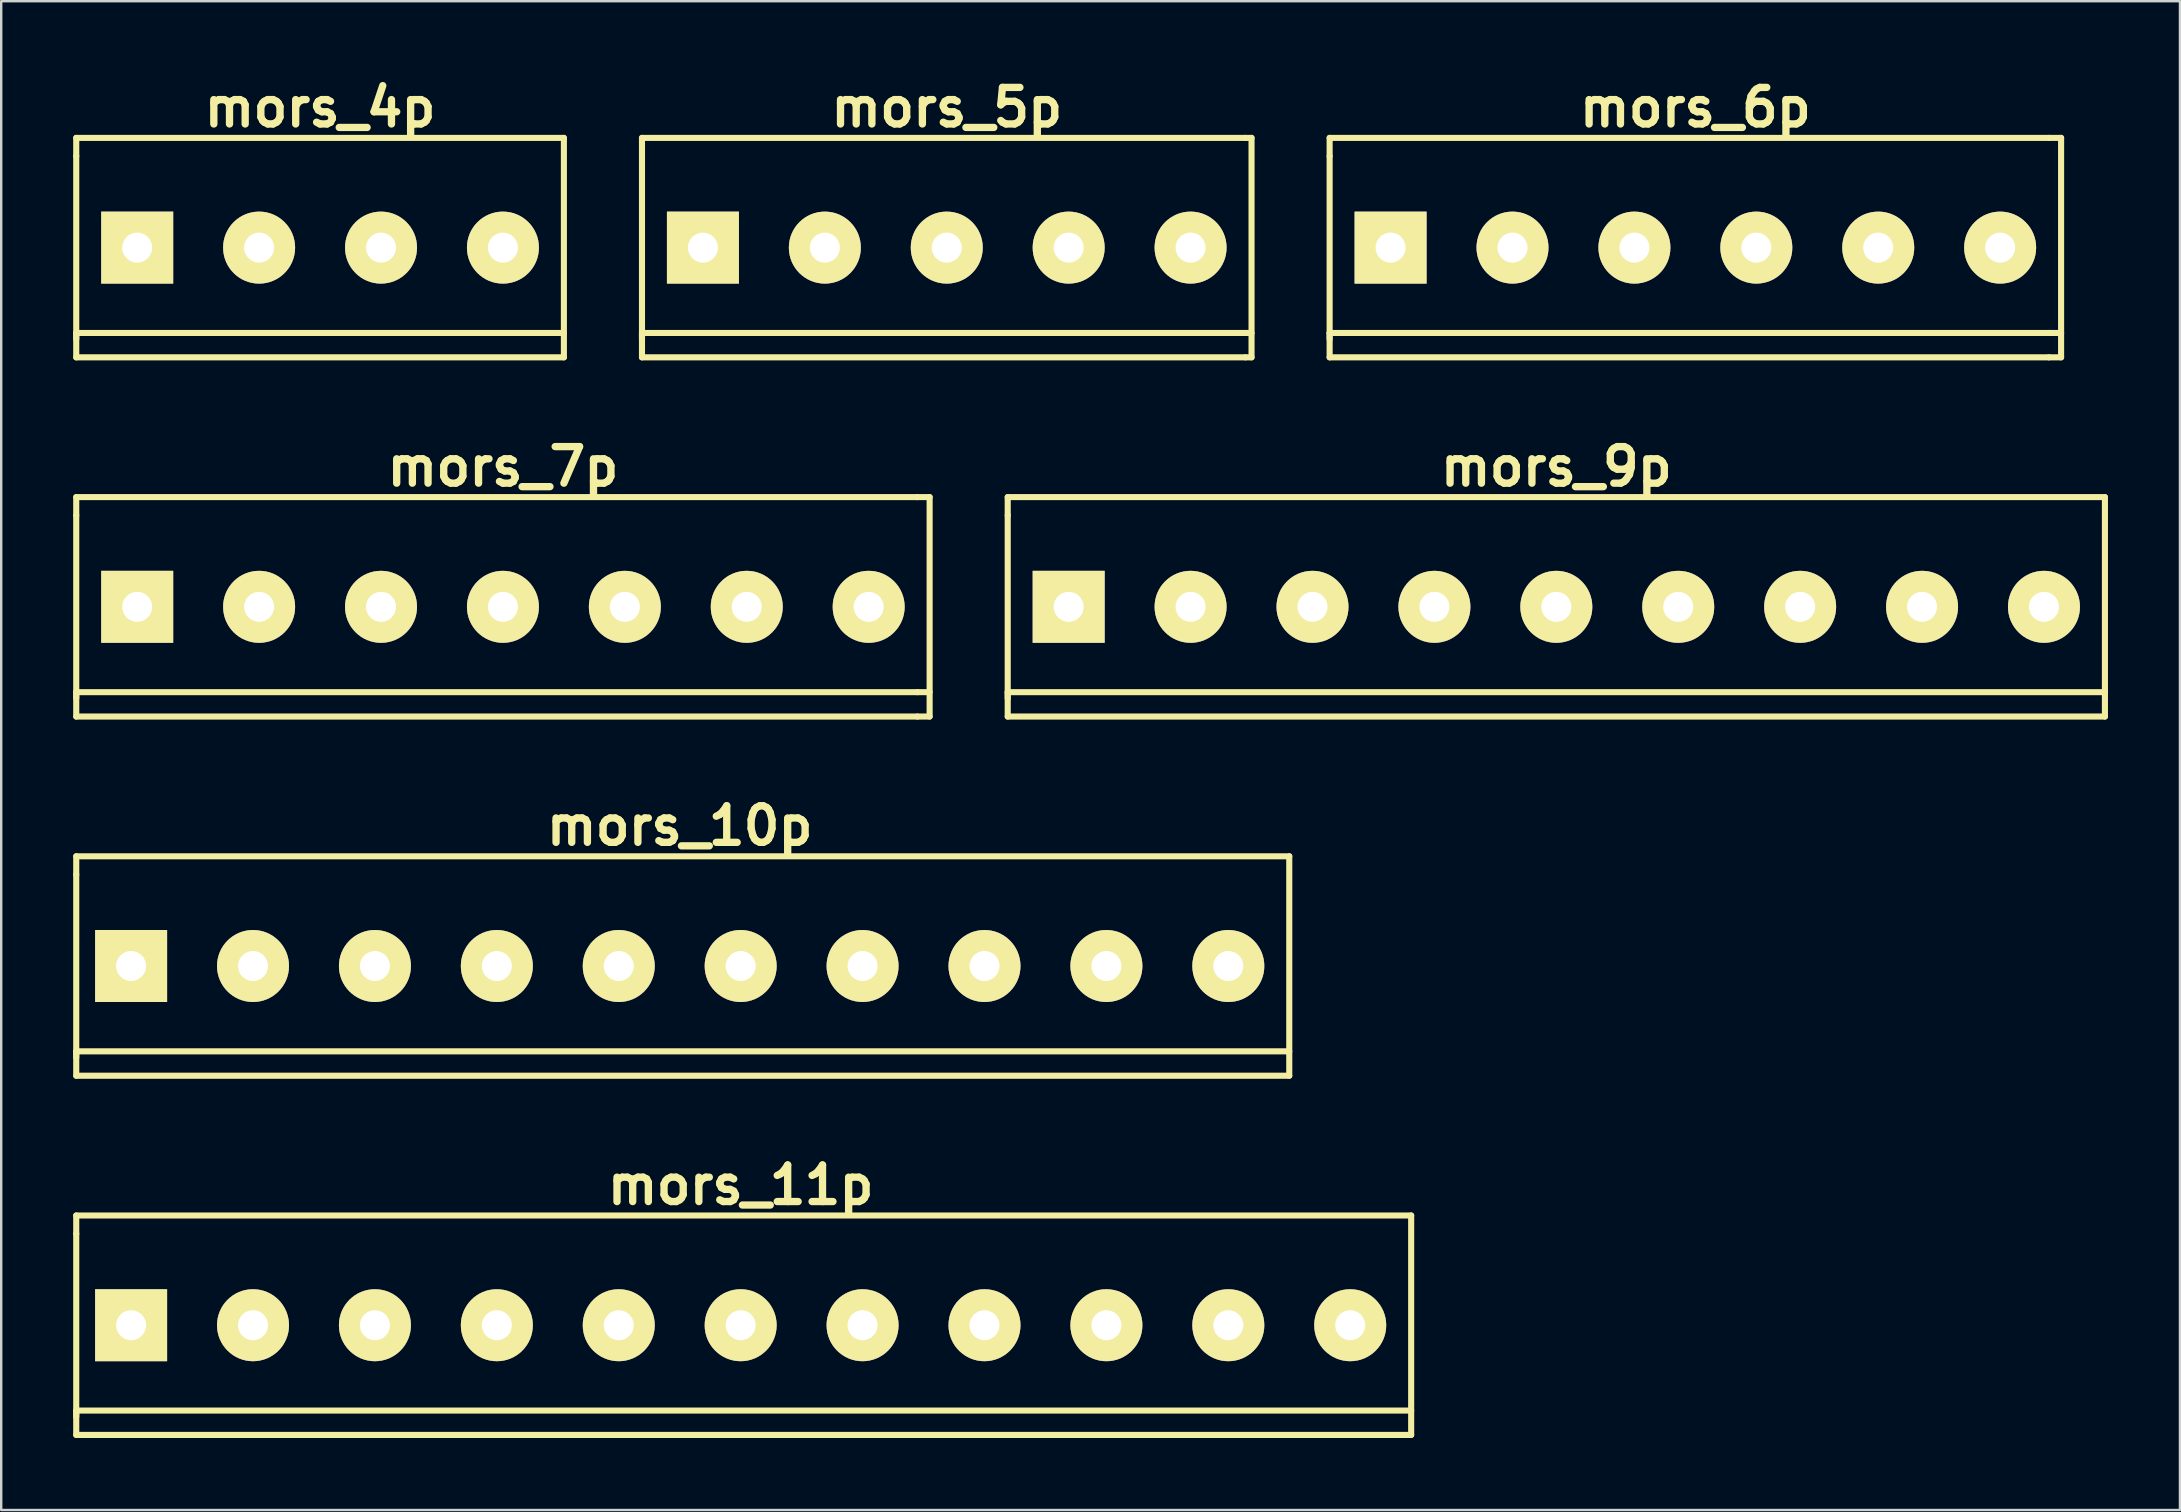
<source format=kicad_pcb>
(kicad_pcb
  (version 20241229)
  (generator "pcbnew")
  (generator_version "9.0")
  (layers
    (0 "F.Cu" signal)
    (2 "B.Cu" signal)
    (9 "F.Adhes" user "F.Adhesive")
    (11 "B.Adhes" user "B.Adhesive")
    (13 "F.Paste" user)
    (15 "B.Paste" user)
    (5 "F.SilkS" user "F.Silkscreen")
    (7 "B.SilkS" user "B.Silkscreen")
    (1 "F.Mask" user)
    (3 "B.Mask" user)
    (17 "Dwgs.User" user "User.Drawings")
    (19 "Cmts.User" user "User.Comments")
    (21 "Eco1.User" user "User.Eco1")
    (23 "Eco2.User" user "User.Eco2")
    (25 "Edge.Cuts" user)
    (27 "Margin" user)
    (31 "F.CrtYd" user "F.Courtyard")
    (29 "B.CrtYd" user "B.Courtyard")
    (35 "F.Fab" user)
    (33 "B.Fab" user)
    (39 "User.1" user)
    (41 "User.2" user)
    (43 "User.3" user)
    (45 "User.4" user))
  (footprint "mors_10p"
    (layer "F.Cu")
    (at 25.273 37.203)
    (property "Reference" "mors_10p" (at 0 -5.842 0) (layer "F.SilkS") (effects (font (size 1.524 1.524) (thickness 0.305))))
    (attr through_hole)
    (fp_line (start -25.146 -4.572) (end -25.146 -3.81) (stroke (width 0.254) (type solid)) (layer "F.SilkS"))
    (fp_line (start -25.146 -4.572) (end 25.4 -4.572) (stroke (width 0.254) (type solid)) (layer "F.SilkS"))
    (fp_line (start -25.146 3.81) (end -25.146 -3.81) (stroke (width 0.254) (type solid)) (layer "F.SilkS"))
    (fp_line (start -25.146 4.572) (end -25.146 3.556) (stroke (width 0.254) (type solid)) (layer "F.SilkS"))
    (fp_line (start -25.146 4.572) (end 25.4 4.572) (stroke (width 0.254) (type solid)) (layer "F.SilkS"))
    (fp_line (start 25.4 -4.572) (end 25.4 4.572) (stroke (width 0.254) (type solid)) (layer "F.SilkS"))
    (fp_line (start 25.4 3.556) (end -25.146 3.556) (stroke (width 0.254) (type solid)) (layer "F.SilkS"))
    (pad "1" thru_hole rect (at -22.86 0) (size 3 3) (drill 1.25) (layers "*.Cu" "*.Mask" "F.SilkS"))
    (pad "2" thru_hole circle (at -17.78 0) (size 3 3) (drill 1.25) (layers "*.Cu" "*.Mask" "F.SilkS"))
    (pad "3" thru_hole circle (at -12.7 0) (size 3 3) (drill 1.25) (layers "*.Cu" "*.Mask" "F.SilkS"))
    (pad "4" thru_hole circle (at -7.62 0) (size 3 3) (drill 1.25) (layers "*.Cu" "*.Mask" "F.SilkS"))
    (pad "5" thru_hole circle (at -2.54 0) (size 3 3) (drill 1.25) (layers "*.Cu" "*.Mask" "F.SilkS"))
    (pad "6" thru_hole circle (at 2.54 0) (size 3 3) (drill 1.25) (layers "*.Cu" "*.Mask" "F.SilkS"))
    (pad "7" thru_hole circle (at 7.62 0) (size 3 3) (drill 1.25) (layers "*.Cu" "*.Mask" "F.SilkS"))
    (pad "8" thru_hole circle (at 12.7 0) (size 3 3) (drill 1.25) (layers "*.Cu" "*.Mask" "F.SilkS"))
    (pad "9" thru_hole circle (at 17.78 0) (size 3 3) (drill 1.25) (layers "*.Cu" "*.Mask" "F.SilkS"))
    (pad "10" thru_hole circle (at 22.86 0) (size 3 3) (drill 1.25) (layers "*.Cu" "*.Mask" "F.SilkS")))
  (footprint "mors_7p"
    (layer "F.Cu")
    (at 17.907 22.236)
    (property "Reference" "mors_7p" (at 0 -5.842 0) (layer "F.SilkS") (effects (font (size 1.524 1.524) (thickness 0.305))))
    (attr through_hole)
    (fp_line (start -17.78 -4.572) (end -17.78 -3.81) (stroke (width 0.254) (type solid)) (layer "F.SilkS"))
    (fp_line (start -17.78 -4.572) (end 17.272 -4.572) (stroke (width 0.254) (type solid)) (layer "F.SilkS"))
    (fp_line (start -17.78 3.81) (end -17.78 -3.81) (stroke (width 0.254) (type solid)) (layer "F.SilkS"))
    (fp_line (start -17.78 4.572) (end -17.78 3.556) (stroke (width 0.254) (type solid)) (layer "F.SilkS"))
    (fp_line (start 17.272 -4.572) (end 17.78 -4.572) (stroke (width 0.254) (type solid)) (layer "F.SilkS"))
    (fp_line (start 17.272 3.556) (end -17.78 3.556) (stroke (width 0.254) (type solid)) (layer "F.SilkS"))
    (fp_line (start 17.272 3.556) (end 17.78 3.556) (stroke (width 0.254) (type solid)) (layer "F.SilkS"))
    (fp_line (start 17.272 4.572) (end -17.78 4.572) (stroke (width 0.254) (type solid)) (layer "F.SilkS"))
    (fp_line (start 17.272 4.572) (end 17.78 4.572) (stroke (width 0.254) (type solid)) (layer "F.SilkS"))
    (fp_line (start 17.78 -4.572) (end 17.78 4.572) (stroke (width 0.254) (type solid)) (layer "F.SilkS"))
    (pad "1" thru_hole rect (at -15.24 0) (size 3 3) (drill 1.25) (layers "*.Cu" "*.Mask" "F.SilkS"))
    (pad "2" thru_hole circle (at -10.16 0) (size 3 3) (drill 1.25) (layers "*.Cu" "*.Mask" "F.SilkS"))
    (pad "3" thru_hole circle (at -5.08 0) (size 3 3) (drill 1.25) (layers "*.Cu" "*.Mask" "F.SilkS"))
    (pad "4" thru_hole circle (at 0 0) (size 3 3) (drill 1.25) (layers "*.Cu" "*.Mask" "F.SilkS"))
    (pad "5" thru_hole circle (at 5.08 0) (size 3 3) (drill 1.25) (layers "*.Cu" "*.Mask" "F.SilkS"))
    (pad "6" thru_hole circle (at 10.16 0) (size 3 3) (drill 1.25) (layers "*.Cu" "*.Mask" "F.SilkS"))
    (pad "7" thru_hole circle (at 15.24 0) (size 3 3) (drill 1.25) (layers "*.Cu" "*.Mask" "F.SilkS")))
  (footprint "mors_4p"
    (layer "F.Cu")
    (at 10.287 7.268)
    (property "Reference" "mors_4p" (at 0 -5.842 0) (layer "F.SilkS") (effects (font (size 1.524 1.524) (thickness 0.305))))
    (attr through_hole)
    (fp_line (start -10.16 -4.572) (end -10.16 -3.81) (stroke (width 0.254) (type solid)) (layer "F.SilkS"))
    (fp_line (start -10.16 3.556) (end 10.16 3.556) (stroke (width 0.254) (type solid)) (layer "F.SilkS"))
    (fp_line (start -10.16 3.81) (end -10.16 -3.81) (stroke (width 0.254) (type solid)) (layer "F.SilkS"))
    (fp_line (start -10.16 4.572) (end -10.16 3.556) (stroke (width 0.254) (type solid)) (layer "F.SilkS"))
    (fp_line (start 10.16 -4.572) (end -10.16 -4.572) (stroke (width 0.254) (type solid)) (layer "F.SilkS"))
    (fp_line (start 10.16 -4.572) (end 10.16 4.572) (stroke (width 0.254) (type solid)) (layer "F.SilkS"))
    (fp_line (start 10.16 4.572) (end -10.16 4.572) (stroke (width 0.254) (type solid)) (layer "F.SilkS"))
    (pad "1" thru_hole rect (at -7.62 0) (size 3 3) (drill 1.25) (layers "*.Cu" "*.Mask" "F.SilkS"))
    (pad "2" thru_hole circle (at -2.54 0) (size 3 3) (drill 1.25) (layers "*.Cu" "*.Mask" "F.SilkS"))
    (pad "3" thru_hole circle (at 2.54 0) (size 3 3) (drill 1.25) (layers "*.Cu" "*.Mask" "F.SilkS"))
    (pad "4" thru_hole circle (at 7.62 0) (size 3 3) (drill 1.25) (layers "*.Cu" "*.Mask" "F.SilkS")))
  (footprint "mors_11p"
    (layer "F.Cu")
    (at 27.813 52.171)
    (property "Reference" "mors_11p" (at 0 -5.842 0) (layer "F.SilkS") (effects (font (size 1.524 1.524) (thickness 0.305))))
    (attr through_hole)
    (fp_line (start -27.686 -4.572) (end -27.686 -3.81) (stroke (width 0.254) (type solid)) (layer "F.SilkS"))
    (fp_line (start -27.686 3.81) (end -27.686 -3.81) (stroke (width 0.254) (type solid)) (layer "F.SilkS"))
    (fp_line (start -27.686 4.572) (end -27.686 3.556) (stroke (width 0.254) (type solid)) (layer "F.SilkS"))
    (fp_line (start -27.686 4.572) (end 27.94 4.572) (stroke (width 0.254) (type solid)) (layer "F.SilkS"))
    (fp_line (start 27.94 -4.572) (end -27.686 -4.572) (stroke (width 0.254) (type solid)) (layer "F.SilkS"))
    (fp_line (start 27.94 -4.572) (end 27.94 4.572) (stroke (width 0.254) (type solid)) (layer "F.SilkS"))
    (fp_line (start 27.94 3.556) (end -27.686 3.556) (stroke (width 0.254) (type solid)) (layer "F.SilkS"))
    (pad "1" thru_hole rect (at -25.4 0) (size 3 3) (drill 1.25) (layers "*.Cu" "*.Mask" "F.SilkS"))
    (pad "2" thru_hole circle (at -20.32 0) (size 3 3) (drill 1.25) (layers "*.Cu" "*.Mask" "F.SilkS"))
    (pad "3" thru_hole circle (at -15.24 0) (size 3 3) (drill 1.25) (layers "*.Cu" "*.Mask" "F.SilkS"))
    (pad "4" thru_hole circle (at -10.16 0) (size 3 3) (drill 1.25) (layers "*.Cu" "*.Mask" "F.SilkS"))
    (pad "5" thru_hole circle (at -5.08 0) (size 3 3) (drill 1.25) (layers "*.Cu" "*.Mask" "F.SilkS"))
    (pad "6" thru_hole circle (at 0 0) (size 3 3) (drill 1.25) (layers "*.Cu" "*.Mask" "F.SilkS"))
    (pad "7" thru_hole circle (at 5.08 0) (size 3 3) (drill 1.25) (layers "*.Cu" "*.Mask" "F.SilkS"))
    (pad "8" thru_hole circle (at 10.16 0) (size 3 3) (drill 1.25) (layers "*.Cu" "*.Mask" "F.SilkS"))
    (pad "9" thru_hole circle (at 15.24 0) (size 3 3) (drill 1.25) (layers "*.Cu" "*.Mask" "F.SilkS"))
    (pad "10" thru_hole circle (at 20.32 0) (size 3 3) (drill 1.25) (layers "*.Cu" "*.Mask" "F.SilkS"))
    (pad "11" thru_hole circle (at 25.4 0) (size 3 3) (drill 1.25) (layers "*.Cu" "*.Mask" "F.SilkS")))
  (footprint "mors_9p"
    (layer "F.Cu")
    (at 61.801 22.236)
    (property "Reference" "mors_9p" (at 0 -5.842 0) (layer "F.SilkS") (effects (font (size 1.524 1.524) (thickness 0.305))))
    (attr through_hole)
    (fp_line (start -22.86 -4.572) (end -22.86 -3.81) (stroke (width 0.254) (type solid)) (layer "F.SilkS"))
    (fp_line (start -22.86 3.81) (end -22.86 -3.81) (stroke (width 0.254) (type solid)) (layer "F.SilkS"))
    (fp_line (start -22.86 4.572) (end -22.86 3.556) (stroke (width 0.254) (type solid)) (layer "F.SilkS"))
    (fp_line (start -22.86 4.572) (end 22.86 4.572) (stroke (width 0.254) (type solid)) (layer "F.SilkS"))
    (fp_line (start 22.86 -4.572) (end -22.86 -4.572) (stroke (width 0.254) (type solid)) (layer "F.SilkS"))
    (fp_line (start 22.86 -4.572) (end 22.86 4.572) (stroke (width 0.254) (type solid)) (layer "F.SilkS"))
    (fp_line (start 22.86 3.556) (end -22.86 3.556) (stroke (width 0.254) (type solid)) (layer "F.SilkS"))
    (pad "1" thru_hole rect (at -20.32 0) (size 3 3) (drill 1.25) (layers "*.Cu" "*.Mask" "F.SilkS"))
    (pad "2" thru_hole circle (at -15.24 0) (size 3 3) (drill 1.25) (layers "*.Cu" "*.Mask" "F.SilkS"))
    (pad "3" thru_hole circle (at -10.16 0) (size 3 3) (drill 1.25) (layers "*.Cu" "*.Mask" "F.SilkS"))
    (pad "4" thru_hole circle (at -5.08 0) (size 3 3) (drill 1.25) (layers "*.Cu" "*.Mask" "F.SilkS"))
    (pad "5" thru_hole circle (at 0 0) (size 3 3) (drill 1.25) (layers "*.Cu" "*.Mask" "F.SilkS"))
    (pad "6" thru_hole circle (at 5.08 0) (size 3 3) (drill 1.25) (layers "*.Cu" "*.Mask" "F.SilkS"))
    (pad "7" thru_hole circle (at 10.16 0) (size 3 3) (drill 1.25) (layers "*.Cu" "*.Mask" "F.SilkS"))
    (pad "8" thru_hole circle (at 15.24 0) (size 3 3) (drill 1.25) (layers "*.Cu" "*.Mask" "F.SilkS"))
    (pad "9" thru_hole circle (at 20.32 0) (size 3 3) (drill 1.25) (layers "*.Cu" "*.Mask" "F.SilkS")))
  (footprint "mors_5p"
    (layer "F.Cu")
    (at 36.401 7.268)
    (property "Reference" "mors_5p" (at 0 -5.842 0) (layer "F.SilkS") (effects (font (size 1.524 1.524) (thickness 0.305))))
    (attr through_hole)
    (fp_line (start -12.7 -4.572) (end -12.7 -3.81) (stroke (width 0.254) (type solid)) (layer "F.SilkS"))
    (fp_line (start -12.7 -4.572) (end 12.446 -4.572) (stroke (width 0.254) (type solid)) (layer "F.SilkS"))
    (fp_line (start -12.7 3.81) (end -12.7 -3.81) (stroke (width 0.254) (type solid)) (layer "F.SilkS"))
    (fp_line (start -12.7 4.572) (end -12.7 3.556) (stroke (width 0.254) (type solid)) (layer "F.SilkS"))
    (fp_line (start 12.446 3.556) (end -12.7 3.556) (stroke (width 0.254) (type solid)) (layer "F.SilkS"))
    (fp_line (start 12.446 4.572) (end -12.7 4.572) (stroke (width 0.254) (type solid)) (layer "F.SilkS"))
    (fp_line (start 12.7 -4.572) (end 12.446 -4.572) (stroke (width 0.254) (type solid)) (layer "F.SilkS"))
    (fp_line (start 12.7 -4.572) (end 12.7 4.572) (stroke (width 0.254) (type solid)) (layer "F.SilkS"))
    (fp_line (start 12.7 3.556) (end 12.446 3.556) (stroke (width 0.254) (type solid)) (layer "F.SilkS"))
    (fp_line (start 12.7 4.572) (end 12.446 4.572) (stroke (width 0.254) (type solid)) (layer "F.SilkS"))
    (pad "1" thru_hole rect (at -10.16 0) (size 3 3) (drill 1.25) (layers "*.Cu" "*.Mask" "F.SilkS"))
    (pad "2" thru_hole circle (at -5.08 0) (size 3 3) (drill 1.25) (layers "*.Cu" "*.Mask" "F.SilkS"))
    (pad "3" thru_hole circle (at 0 0) (size 3 3) (drill 1.25) (layers "*.Cu" "*.Mask" "F.SilkS"))
    (pad "4" thru_hole circle (at 5.08 0) (size 3 3) (drill 1.25) (layers "*.Cu" "*.Mask" "F.SilkS"))
    (pad "5" thru_hole circle (at 10.16 0) (size 3 3) (drill 1.25) (layers "*.Cu" "*.Mask" "F.SilkS")))
  (footprint "mors_6p"
    (layer "F.Cu")
    (at 67.595 7.268)
    (property "Reference" "mors_6p" (at 0 -5.842 0) (layer "F.SilkS") (effects (font (size 1.524 1.524) (thickness 0.305))))
    (attr through_hole)
    (fp_line (start -15.24 -4.572) (end -15.24 -3.81) (stroke (width 0.254) (type solid)) (layer "F.SilkS"))
    (fp_line (start -15.24 3.81) (end -15.24 -3.81) (stroke (width 0.254) (type solid)) (layer "F.SilkS"))
    (fp_line (start -15.24 4.572) (end -15.24 3.556) (stroke (width 0.254) (type solid)) (layer "F.SilkS"))
    (fp_line (start -15.24 4.572) (end 14.732 4.572) (stroke (width 0.254) (type solid)) (layer "F.SilkS"))
    (fp_line (start 14.732 -4.572) (end -15.24 -4.572) (stroke (width 0.254) (type solid)) (layer "F.SilkS"))
    (fp_line (start 14.732 -4.572) (end 15.24 -4.572) (stroke (width 0.254) (type solid)) (layer "F.SilkS"))
    (fp_line (start 14.732 3.556) (end -15.24 3.556) (stroke (width 0.254) (type solid)) (layer "F.SilkS"))
    (fp_line (start 14.732 4.572) (end 15.24 4.572) (stroke (width 0.254) (type solid)) (layer "F.SilkS"))
    (fp_line (start 15.24 -4.572) (end 15.24 4.572) (stroke (width 0.254) (type solid)) (layer "F.SilkS"))
    (fp_line (start 15.24 3.556) (end 14.732 3.556) (stroke (width 0.254) (type solid)) (layer "F.SilkS"))
    (pad "1" thru_hole rect (at -12.7 0) (size 3 3) (drill 1.25) (layers "*.Cu" "*.Mask" "F.SilkS"))
    (pad "2" thru_hole circle (at -7.62 0) (size 3 3) (drill 1.25) (layers "*.Cu" "*.Mask" "F.SilkS"))
    (pad "3" thru_hole circle (at -2.54 0) (size 3 3) (drill 1.25) (layers "*.Cu" "*.Mask" "F.SilkS"))
    (pad "4" thru_hole circle (at 2.54 0) (size 3 3) (drill 1.25) (layers "*.Cu" "*.Mask" "F.SilkS"))
    (pad "5" thru_hole circle (at 7.62 0) (size 3 3) (drill 1.25) (layers "*.Cu" "*.Mask" "F.SilkS"))
    (pad "6" thru_hole circle (at 12.7 0) (size 3 3) (drill 1.25) (layers "*.Cu" "*.Mask" "F.SilkS")))
  (gr_rect
    (start -3 -3)
    (end 87.788 59.87)
    (stroke (width 0.1) (type default))
    (fill no)
    (layer "Edge.Cuts")))
</source>
